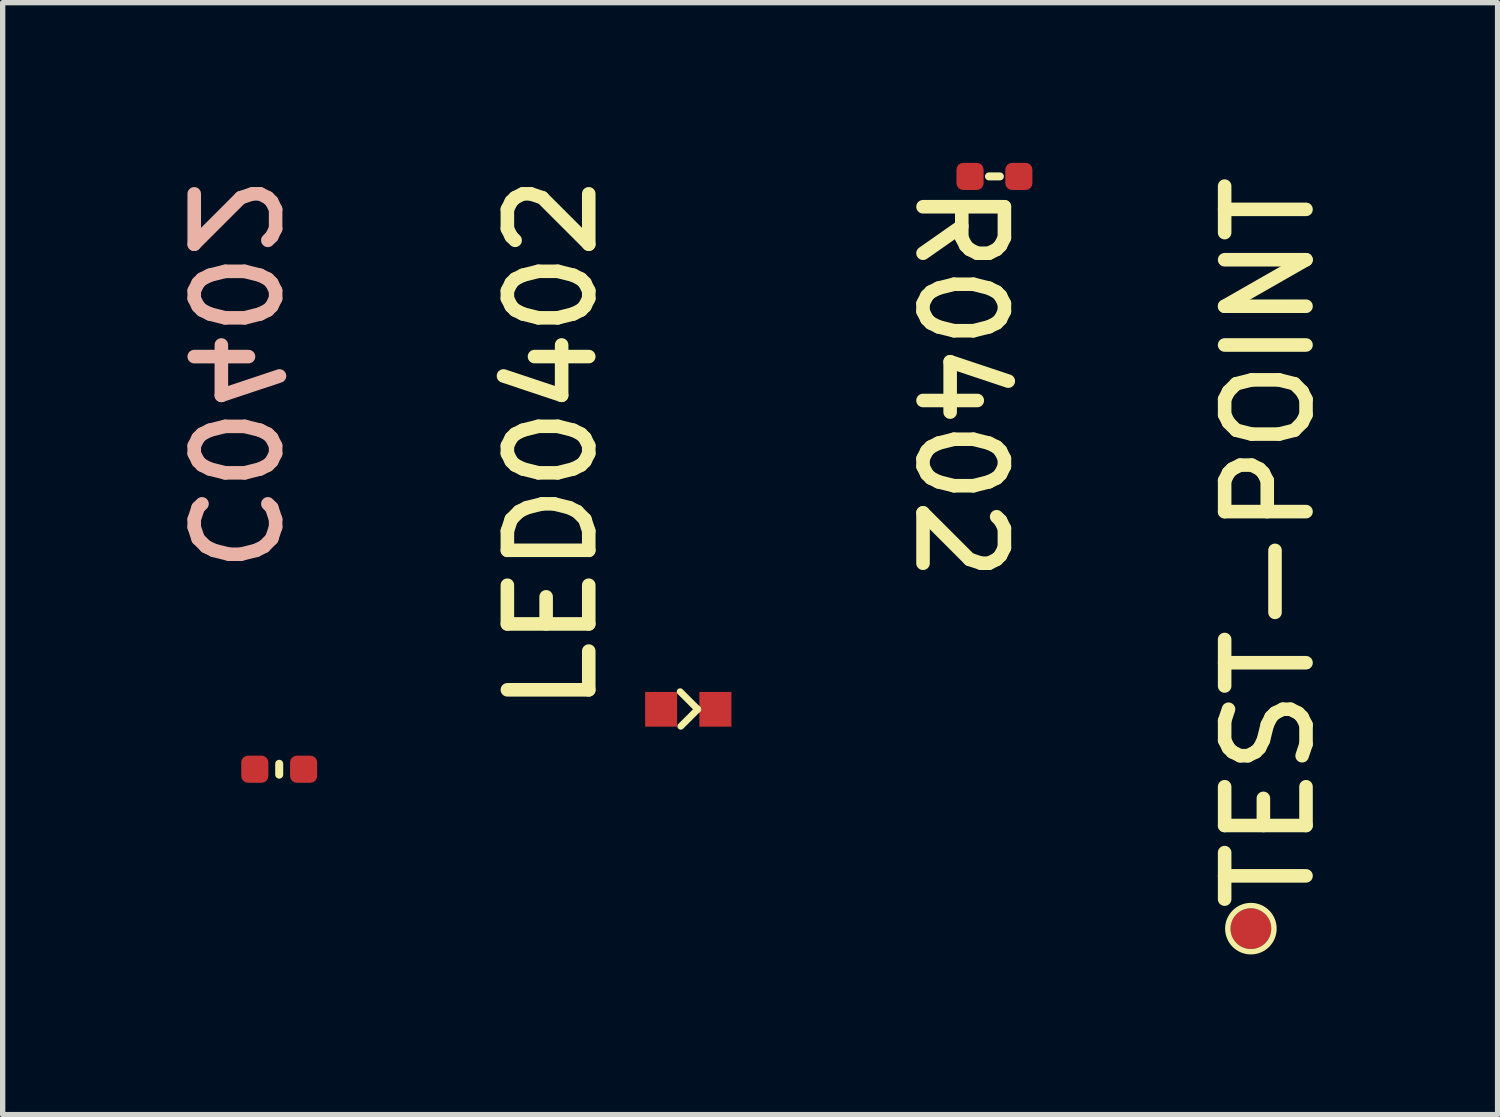
<source format=kicad_pcb>
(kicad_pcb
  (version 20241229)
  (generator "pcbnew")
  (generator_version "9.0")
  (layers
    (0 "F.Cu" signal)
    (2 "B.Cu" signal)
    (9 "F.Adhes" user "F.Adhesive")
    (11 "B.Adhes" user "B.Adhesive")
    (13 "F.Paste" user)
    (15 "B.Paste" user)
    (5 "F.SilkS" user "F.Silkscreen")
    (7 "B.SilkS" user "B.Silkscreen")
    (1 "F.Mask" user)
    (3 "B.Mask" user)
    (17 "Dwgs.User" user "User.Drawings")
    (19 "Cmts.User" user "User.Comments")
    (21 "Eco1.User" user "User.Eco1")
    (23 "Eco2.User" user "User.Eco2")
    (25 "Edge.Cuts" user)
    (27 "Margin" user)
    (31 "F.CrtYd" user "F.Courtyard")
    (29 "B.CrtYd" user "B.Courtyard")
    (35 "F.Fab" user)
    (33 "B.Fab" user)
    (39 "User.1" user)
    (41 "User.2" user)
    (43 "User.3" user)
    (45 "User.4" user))
  (footprint "R0402"
    (layer "F.Cu")
    (at 15.574 0.254)
    (property "Reference" "R0402" (at -1.537 0.038 270) (unlocked yes) (layer "F.SilkS") (effects (font (size 1.524 1.524) (thickness 0.254)) (justify left bottom)))
    (fp_line (start -0.102 0) (end 0.102 0) (stroke (width 0.15) (type solid)) (layer "F.SilkS"))
    (pad "1" smd roundrect (at -0.457 -0.000002 180) (size 0.508 0.508) (layers "F.Cu" "F.Mask" "F.Paste") (roundrect_rratio 0.25))
    (pad "2" smd roundrect (at 0.457 -0.000002 180) (size 0.508 0.508) (layers "F.Cu" "F.Mask" "F.Paste") (roundrect_rratio 0.25)))
  (footprint "TEST-POINT"
    (layer "F.Cu")
    (at 20.377 14.342)
    (property "Reference" "TEST-POINT" (at 1.232 -0.241 90) (unlocked yes) (layer "F.SilkS") (effects (font (size 1.524 1.524) (thickness 0.254)) (justify left bottom)))
    (fp_circle (center 0 0) (end 0.432 0) (stroke (width 0.102) (type solid)) (fill no) (layer "F.SilkS"))
    (pad "1" smd circle (at 0 0 180) (size 0.762 0.762) (layers "F.Cu" "F.Mask" "F.Paste")))
  (footprint "C0402"
    (layer "F.Cu")
    (at 2.179 11.356)
    (property "Reference" "C0402" (at -1.791 -3.569 270) (unlocked yes) (layer "B.SilkS") (effects (font (size 1.524 1.524) (thickness 0.254)) (justify left bottom mirror)))
    (fp_line (start 0 0.102) (end 0 -0.102) (stroke (width 0.15) (type solid)) (layer "F.SilkS"))
    (pad "1" smd roundrect (at -0.457 0 180) (size 0.508 0.508) (layers "F.Cu" "F.Mask" "F.Paste") (roundrect_rratio 0.25))
    (pad "2" smd roundrect (at 0.457 0 180) (size 0.508 0.508) (layers "F.Cu" "F.Mask" "F.Paste") (roundrect_rratio 0.25)))
  (footprint "LED0402"
    (layer "F.Cu")
    (at 9.84 10.234)
    (property "Reference" "LED0402" (at -1.664 0.165 90) (unlocked yes) (layer "F.SilkS") (effects (font (size 1.524 1.524) (thickness 0.254)) (justify left bottom)))
    (fp_line (start -0.14 0.318) (end 0.178 0) (stroke (width 0.127) (type solid)) (layer "F.SilkS"))
    (fp_line (start 0.178 0) (end -0.152 -0.33) (stroke (width 0.127) (type solid)) (layer "F.SilkS"))
    (pad "A" smd rect (at -0.508 0 90) (size 0.65 0.6) (layers "F.Cu" "F.Mask" "F.Paste"))
    (pad "K" smd rect (at 0.508 0 90) (size 0.65 0.6) (layers "F.Cu" "F.Mask" "F.Paste")))
  (gr_rect
    (start -3 -3)
    (end 24.997 17.825)
    (stroke (width 0.1) (type default))
    (fill no)
    (layer "Edge.Cuts")))
</source>
